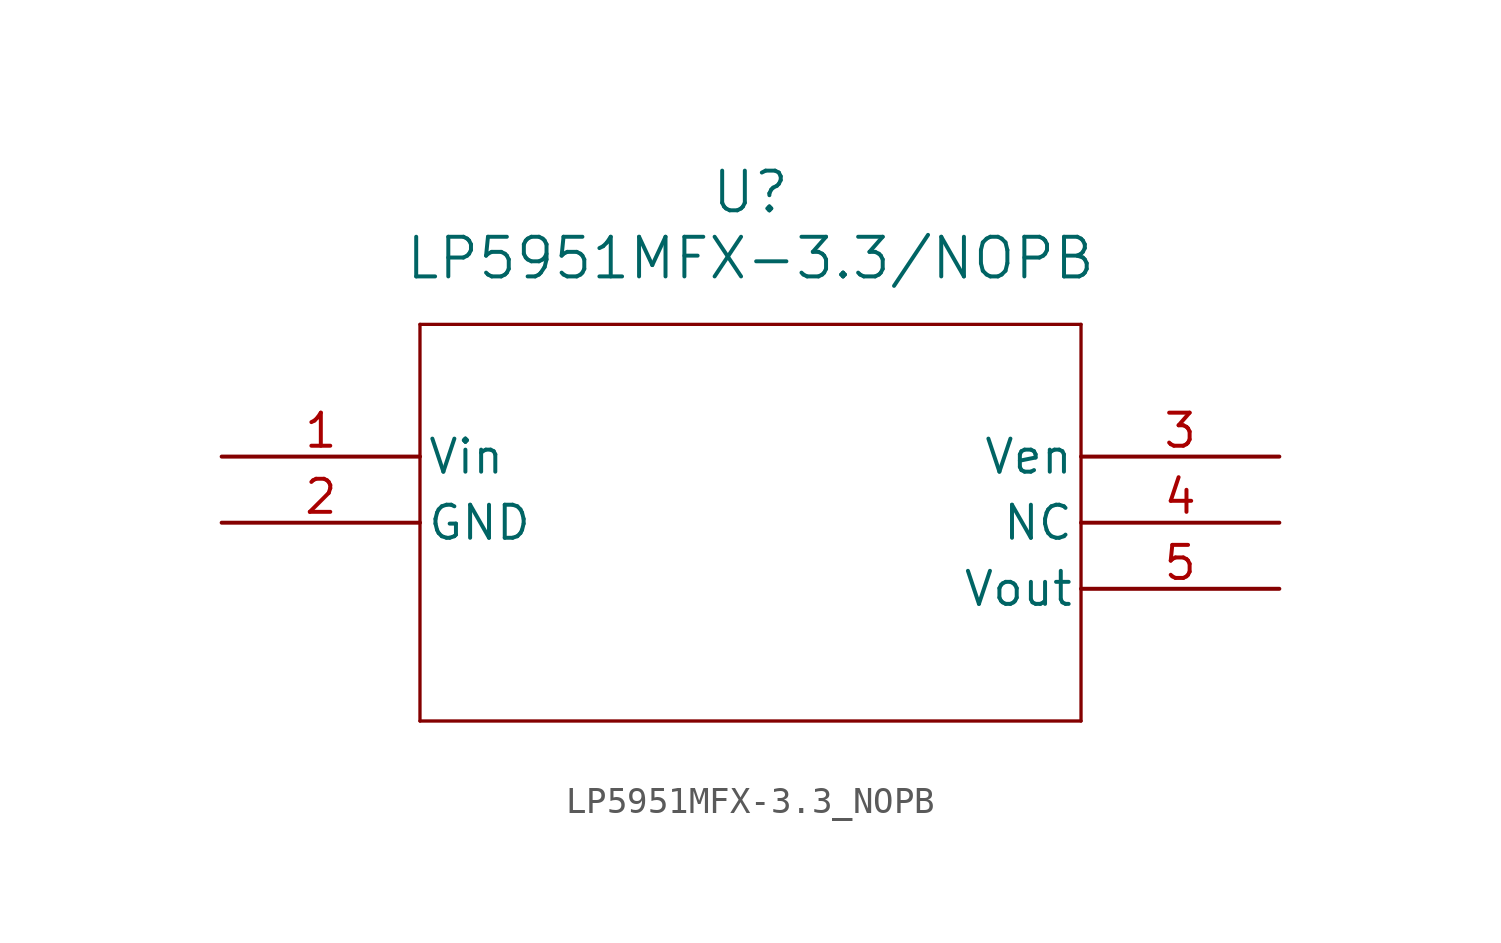
<source format=kicad_sym>
(kicad_symbol_lib
  (version 20211014)
  (generator kicad_symbol_editor)
  (symbol "LP5951MFX-3.3_NOPB"
    (pin_names
      (offset 0.254))
    (property "Reference" "U"
      (at 20.32 10.16 0)
      (effects (font (size 1.524 1.524))))
    (property "Value" "LP5951MFX-3.3/NOPB"
      (at 20.32 7.62 0)
      (effects (font (size 1.524 1.524))))
    (symbol "LP5951MFX-3.3_NOPB_0_1"
      (polyline (pts (xy 7.62 5.08) (xy 7.62 -10.16)) (stroke (width 0.127) (type default) (color 0 0 0 0)) (fill (type none)))
      (polyline (pts (xy 7.62 -10.16) (xy 33.02 -10.16)) (stroke (width 0.127) (type default) (color 0 0 0 0)) (fill (type none)))
      (polyline (pts (xy 33.02 -10.16) (xy 33.02 5.08)) (stroke (width 0.127) (type default) (color 0 0 0 0)) (fill (type none)))
      (polyline (pts (xy 33.02 5.08) (xy 7.62 5.08)) (stroke (width 0.127) (type default) (color 0 0 0 0)) (fill (type none)))
      (pin input line (at 0 0 0) (length 7.62) (name "Vin" (effects (font (size 1.27 1.27)))) (number "1" (effects (font (size 1.27 1.27)))))
      (pin passive line (at 0 -2.54 0) (length 7.62) (name "GND" (effects (font (size 1.27 1.27)))) (number "2" (effects (font (size 1.27 1.27)))))
      (pin passive line (at 40.64 0 180) (length 7.62) (name "Ven" (effects (font (size 1.27 1.27)))) (number "3" (effects (font (size 1.27 1.27)))))
      (pin passive line (at 40.64 -2.54 180) (length 7.62) (name "NC" (effects (font (size 1.27 1.27)))) (number "4" (effects (font (size 1.27 1.27)))))
      (pin output line (at 40.64 -5.08 180) (length 7.62) (name "Vout" (effects (font (size 1.27 1.27)))) (number "5" (effects (font (size 1.27 1.27))))))))
</source>
